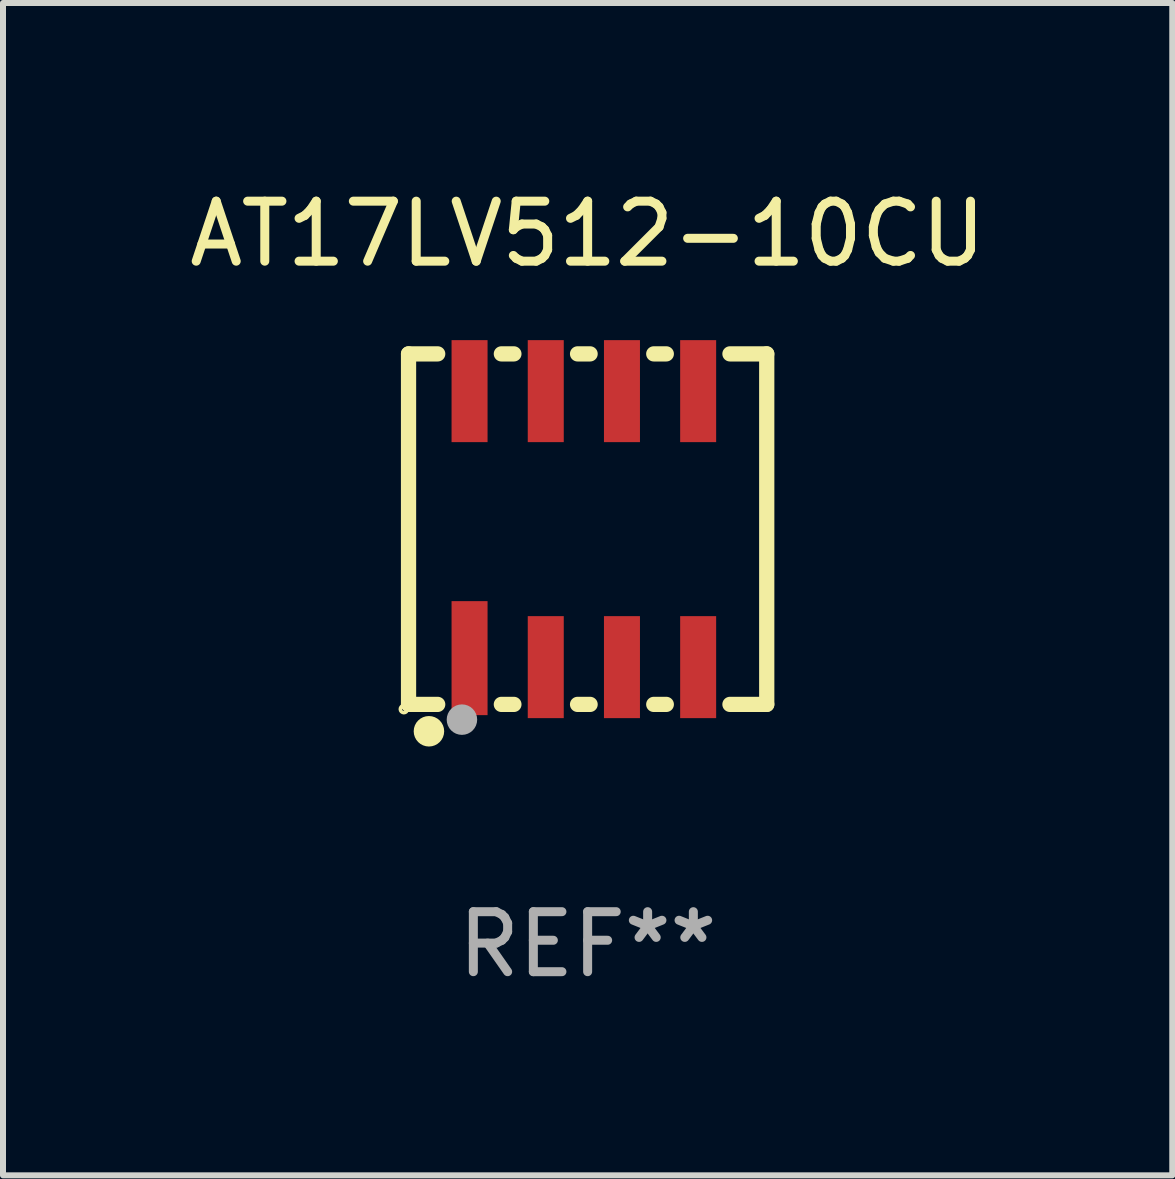
<source format=kicad_pcb>
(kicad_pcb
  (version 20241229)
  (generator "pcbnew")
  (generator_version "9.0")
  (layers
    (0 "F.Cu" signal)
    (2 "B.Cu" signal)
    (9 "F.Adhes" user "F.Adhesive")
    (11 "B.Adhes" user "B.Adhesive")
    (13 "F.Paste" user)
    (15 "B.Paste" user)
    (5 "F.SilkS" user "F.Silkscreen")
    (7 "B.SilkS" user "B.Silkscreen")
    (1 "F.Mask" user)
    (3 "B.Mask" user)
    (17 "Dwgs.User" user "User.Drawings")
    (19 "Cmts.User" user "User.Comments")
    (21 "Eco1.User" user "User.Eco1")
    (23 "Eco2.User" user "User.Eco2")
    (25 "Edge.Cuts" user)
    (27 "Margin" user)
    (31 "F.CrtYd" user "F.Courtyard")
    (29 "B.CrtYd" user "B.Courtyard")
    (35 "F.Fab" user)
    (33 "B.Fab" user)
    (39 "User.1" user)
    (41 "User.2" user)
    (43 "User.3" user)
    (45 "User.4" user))
  (footprint "AT17LV512-10CU"
    (layer "F.Cu")
    (at 6.744 5.769)
    (property "Reference" "AT17LV512-10CU" (at 0 -4.921 0) (layer "F.SilkS") (effects (font (size 1 1) (thickness 0.15))))
    (attr through_hole)
    (fp_line (start -2.985 -2.921) (end -2.985 2.921) (stroke (width 0.254) (type solid)) (layer "F.SilkS"))
    (fp_line (start -2.985 2.921) (end -2.499 2.921) (stroke (width 0.254) (type solid)) (layer "F.SilkS"))
    (fp_line (start -2.499 -2.921) (end -2.985 -2.921) (stroke (width 0.254) (type solid)) (layer "F.SilkS"))
    (fp_line (start -1.438 2.921) (end -1.229 2.921) (stroke (width 0.254) (type solid)) (layer "F.SilkS"))
    (fp_line (start -1.229 -2.921) (end -1.438 -2.921) (stroke (width 0.254) (type solid)) (layer "F.SilkS"))
    (fp_line (start -0.168 2.921) (end 0.041 2.921) (stroke (width 0.254) (type solid)) (layer "F.SilkS"))
    (fp_line (start 0.041 -2.921) (end -0.168 -2.921) (stroke (width 0.254) (type solid)) (layer "F.SilkS"))
    (fp_line (start 1.102 2.921) (end 1.311 2.921) (stroke (width 0.254) (type solid)) (layer "F.SilkS"))
    (fp_line (start 1.311 -2.921) (end 1.102 -2.921) (stroke (width 0.254) (type solid)) (layer "F.SilkS"))
    (fp_line (start 2.372 2.921) (end 2.985 2.921) (stroke (width 0.254) (type solid)) (layer "F.SilkS"))
    (fp_line (start 2.985 -2.921) (end 2.372 -2.921) (stroke (width 0.254) (type solid)) (layer "F.SilkS"))
    (fp_line (start 2.985 2.921) (end 2.985 -2.921) (stroke (width 0.254) (type solid)) (layer "F.SilkS"))
    (fp_circle (center -3.063 3) (end -3.034 3) (stroke (width 0.06) (type solid)) (fill no) (layer "F.SilkS"))
    (fp_circle (center -2.645 3.369) (end -2.518 3.369) (stroke (width 0.254) (type solid)) (fill no) (layer "F.SilkS"))
    (fp_circle (center -2.095 3.175) (end -1.968 3.175) (stroke (width 0.254) (type solid)) (fill no) (layer "F.Fab"))
    (fp_text user "REF**" (at 0 6.921 0) (layer "F.Fab") (effects (font (size 1 1) (thickness 0.15))))
    (pad "1" smd rect (at -1.968 2.15 90) (size 1.9 0.6) (layers "F.Cu" "F.Mask" "F.Paste"))
    (pad "2" smd rect (at -0.698 2.3 90) (size 1.7 0.6) (layers "F.Cu" "F.Mask" "F.Paste"))
    (pad "3" smd rect (at 0.572 2.3 90) (size 1.7 0.6) (layers "F.Cu" "F.Mask" "F.Paste"))
    (pad "4" smd rect (at 1.842 2.3 90) (size 1.7 0.6) (layers "F.Cu" "F.Mask" "F.Paste"))
    (pad "5" smd rect (at 1.842 -2.3 90) (size 1.7 0.6) (layers "F.Cu" "F.Mask" "F.Paste"))
    (pad "6" smd rect (at 0.572 -2.3 90) (size 1.7 0.6) (layers "F.Cu" "F.Mask" "F.Paste"))
    (pad "7" smd rect (at -0.698 -2.3 90) (size 1.7 0.6) (layers "F.Cu" "F.Mask" "F.Paste"))
    (pad "8" smd rect (at -1.968 -2.3 90) (size 1.7 0.6) (layers "F.Cu" "F.Mask" "F.Paste")))
  (gr_rect
    (start -3 -3)
    (end 16.488 16.539)
    (stroke (width 0.1) (type default))
    (fill no)
    (layer "Edge.Cuts")))
</source>
